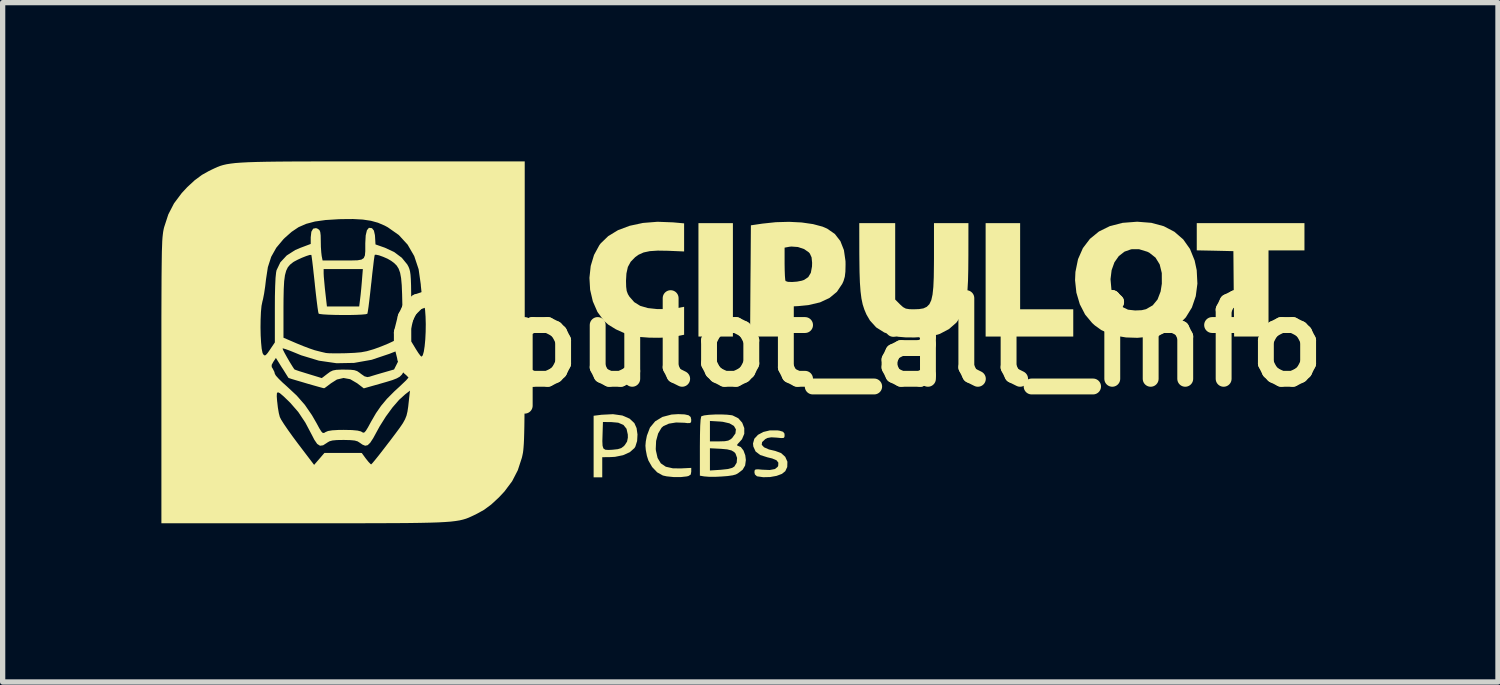
<source format=kicad_pcb>
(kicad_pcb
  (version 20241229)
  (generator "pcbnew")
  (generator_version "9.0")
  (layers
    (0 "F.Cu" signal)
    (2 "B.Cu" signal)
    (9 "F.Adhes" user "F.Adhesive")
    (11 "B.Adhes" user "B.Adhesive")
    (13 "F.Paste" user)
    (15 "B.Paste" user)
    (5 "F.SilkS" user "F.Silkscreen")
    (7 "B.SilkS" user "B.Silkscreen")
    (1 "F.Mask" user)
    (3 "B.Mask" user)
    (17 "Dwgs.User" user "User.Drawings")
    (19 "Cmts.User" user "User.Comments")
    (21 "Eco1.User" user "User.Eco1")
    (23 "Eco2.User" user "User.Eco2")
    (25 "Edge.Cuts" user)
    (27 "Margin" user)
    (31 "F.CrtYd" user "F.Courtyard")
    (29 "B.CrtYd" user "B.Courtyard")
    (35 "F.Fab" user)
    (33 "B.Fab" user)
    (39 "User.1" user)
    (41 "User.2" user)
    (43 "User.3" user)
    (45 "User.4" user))
  (footprint "Cipulot_all_info"
    (layer "F.Cu")
    (at 13.107 3.419)
    (property "Reference" "Cipulot_all_info" (at 0 0 0) (layer "F.SilkS") (effects (font (size 1.524 1.524) (thickness 0.3))))
    (attr board_only exclude_from_pos_files exclude_from_bom)
    (fp_poly (pts (xy -2.307 -0.109) (xy -2.958 -0.109) (xy -2.958 -2.252) (xy -2.307 -2.252)) (stroke (width 0) (type solid)) (fill yes) (layer "F.SilkS"))
    (fp_poly (pts (xy 3.121 -0.624) (xy 4.125 -0.624) (xy 4.125 -0.109) (xy 2.469 -0.109) (xy 2.469 -2.252) (xy 3.121 -2.252)) (stroke (width 0) (type solid)) (fill yes) (layer "F.SilkS"))
    (fp_poly (pts (xy 8.494 -1.737) (xy 7.815 -1.737) (xy 7.815 -0.109) (xy 7.165 -0.109) (xy 7.158 -0.916) (xy 7.151 -1.723) (xy 6.805 -1.731) (xy 6.459 -1.738) (xy 6.459 -2.252) (xy 8.494 -2.252)) (stroke (width 0) (type solid)) (fill yes) (layer "F.SilkS"))
    (fp_poly (pts (xy -4.396 1.383) (xy -4.258 1.443) (xy -4.169 1.527) (xy -4.127 1.621) (xy -4.11 1.741) (xy -4.117 1.865) (xy -4.15 1.97) (xy -4.168 1.999) (xy -4.255 2.076) (xy -4.382 2.133) (xy -4.534 2.164) (xy -4.62 2.169) (xy -4.776 2.171) (xy -4.776 2.551) (xy -4.939 2.551) (xy -4.939 1.868) (xy -4.774 1.868) (xy -4.77 1.955) (xy -4.754 2.006) (xy -4.718 2.03) (xy -4.659 2.034) (xy -4.582 2.03) (xy -4.482 2.019) (xy -4.417 1.999) (xy -4.369 1.963) (xy -4.35 1.942) (xy -4.307 1.876) (xy -4.292 1.802) (xy -4.293 1.743) (xy -4.317 1.634) (xy -4.376 1.561) (xy -4.474 1.519) (xy -4.608 1.507) (xy -4.763 1.506) (xy -4.77 1.734) (xy -4.774 1.868) (xy -4.939 1.868) (xy -4.939 1.388) (xy -4.788 1.369) (xy -4.573 1.358)) (stroke (width 0) (type solid)) (fill yes) (layer "F.SilkS"))
    (fp_poly (pts (xy -3.219 1.362) (xy -3.144 1.379) (xy -3.105 1.411) (xy -3.094 1.462) (xy -3.094 1.463) (xy -3.097 1.506) (xy -3.115 1.525) (xy -3.164 1.527) (xy -3.222 1.52) (xy -3.381 1.515) (xy -3.517 1.537) (xy -3.621 1.584) (xy -3.656 1.615) (xy -3.72 1.723) (xy -3.758 1.863) (xy -3.765 2.015) (xy -3.762 2.045) (xy -3.73 2.186) (xy -3.669 2.287) (xy -3.575 2.351) (xy -3.442 2.381) (xy -3.293 2.383) (xy -3.094 2.373) (xy -3.094 2.445) (xy -3.104 2.499) (xy -3.146 2.526) (xy -3.178 2.534) (xy -3.295 2.547) (xy -3.43 2.546) (xy -3.557 2.533) (xy -3.63 2.517) (xy -3.738 2.457) (xy -3.833 2.357) (xy -3.904 2.233) (xy -3.932 2.146) (xy -3.953 2.036) (xy -3.96 1.954) (xy -3.953 1.871) (xy -3.932 1.763) (xy -3.874 1.611) (xy -3.776 1.493) (xy -3.639 1.41) (xy -3.467 1.365) (xy -3.34 1.357)) (stroke (width 0) (type solid)) (fill yes) (layer "F.SilkS"))
    (fp_poly (pts (xy -1.468 1.664) (xy -1.426 1.67) (xy -1.36 1.69) (xy -1.333 1.723) (xy -1.33 1.754) (xy -1.333 1.79) (xy -1.351 1.808) (xy -1.398 1.809) (xy -1.478 1.801) (xy -1.581 1.795) (xy -1.652 1.807) (xy -1.695 1.829) (xy -1.755 1.885) (xy -1.762 1.937) (xy -1.718 1.984) (xy -1.625 2.025) (xy -1.508 2.052) (xy -1.396 2.093) (xy -1.318 2.164) (xy -1.277 2.256) (xy -1.28 2.356) (xy -1.317 2.435) (xy -1.38 2.486) (xy -1.482 2.524) (xy -1.605 2.546) (xy -1.734 2.549) (xy -1.852 2.532) (xy -1.891 2.497) (xy -1.9 2.456) (xy -1.896 2.42) (xy -1.877 2.402) (xy -1.828 2.4) (xy -1.753 2.407) (xy -1.611 2.413) (xy -1.514 2.395) (xy -1.461 2.353) (xy -1.451 2.332) (xy -1.448 2.274) (xy -1.483 2.229) (xy -1.564 2.195) (xy -1.655 2.173) (xy -1.79 2.13) (xy -1.878 2.063) (xy -1.921 1.969) (xy -1.927 1.912) (xy -1.902 1.822) (xy -1.833 1.748) (xy -1.732 1.694) (xy -1.607 1.664)) (stroke (width 0) (type solid)) (fill yes) (layer "F.SilkS"))
    (fp_poly (pts (xy -3.438 -2.267) (xy -3.229 -2.248) (xy -3.229 -1.717) (xy -3.535 -1.73) (xy -3.728 -1.733) (xy -3.878 -1.723) (xy -3.995 -1.698) (xy -4.09 -1.655) (xy -4.152 -1.611) (xy -4.238 -1.523) (xy -4.292 -1.424) (xy -4.319 -1.301) (xy -4.327 -1.164) (xy -4.324 -1.05) (xy -4.314 -0.971) (xy -4.291 -0.91) (xy -4.261 -0.861) (xy -4.171 -0.759) (xy -4.058 -0.689) (xy -3.913 -0.647) (xy -3.745 -0.629) (xy -3.616 -0.628) (xy -3.487 -0.632) (xy -3.384 -0.643) (xy -3.372 -0.645) (xy -3.229 -0.671) (xy -3.229 -0.143) (xy -3.383 -0.112) (xy -3.527 -0.093) (xy -3.703 -0.086) (xy -3.888 -0.088) (xy -4.061 -0.101) (xy -4.184 -0.121) (xy -4.353 -0.171) (xy -4.517 -0.245) (xy -4.659 -0.332) (xy -4.743 -0.405) (xy -4.867 -0.575) (xy -4.954 -0.774) (xy -5.005 -0.993) (xy -5.018 -1.219) (xy -4.994 -1.443) (xy -4.931 -1.652) (xy -4.83 -1.837) (xy -4.805 -1.87) (xy -4.663 -2.007) (xy -4.479 -2.119) (xy -4.258 -2.202) (xy -4.007 -2.256) (xy -3.731 -2.278)) (stroke (width 0) (type solid)) (fill yes) (layer "F.SilkS"))
    (fp_poly (pts (xy -1.008 -2.265) (xy -0.793 -2.234) (xy -0.613 -2.186) (xy -0.525 -2.148) (xy -0.381 -2.048) (xy -0.276 -1.913) (xy -0.209 -1.743) (xy -0.179 -1.534) (xy -0.178 -1.465) (xy -0.181 -1.335) (xy -0.192 -1.24) (xy -0.216 -1.159) (xy -0.24 -1.106) (xy -0.341 -0.955) (xy -0.481 -0.839) (xy -0.66 -0.755) (xy -0.882 -0.703) (xy -1.065 -0.685) (xy -1.33 -0.671) (xy -1.33 -0.109) (xy -1.982 -0.109) (xy -1.975 -1.16) (xy -1.972 -1.482) (xy -1.33 -1.482) (xy -1.328 -1.358) (xy -1.324 -1.255) (xy -1.318 -1.184) (xy -1.312 -1.158) (xy -1.267 -1.143) (xy -1.189 -1.14) (xy -1.096 -1.147) (xy -1.007 -1.164) (xy -0.962 -1.179) (xy -0.883 -1.232) (xy -0.834 -1.314) (xy -0.812 -1.434) (xy -0.81 -1.503) (xy -0.82 -1.605) (xy -0.852 -1.676) (xy -0.872 -1.7) (xy -0.961 -1.762) (xy -1.078 -1.801) (xy -1.2 -1.81) (xy -1.239 -1.806) (xy -1.33 -1.789) (xy -1.33 -1.482) (xy -1.972 -1.482) (xy -1.967 -2.211) (xy -1.75 -2.243) (xy -1.497 -2.27) (xy -1.246 -2.277)) (stroke (width 0) (type solid)) (fill yes) (layer "F.SilkS"))
    (fp_poly (pts (xy 0.76 -0.809) (xy 0.852 -0.716) (xy 0.909 -0.665) (xy 0.961 -0.637) (xy 1.028 -0.626) (xy 1.111 -0.624) (xy 1.212 -0.628) (xy 1.293 -0.641) (xy 1.357 -0.671) (xy 1.406 -0.72) (xy 1.442 -0.796) (xy 1.466 -0.903) (xy 1.481 -1.046) (xy 1.489 -1.23) (xy 1.492 -1.462) (xy 1.493 -1.588) (xy 1.493 -2.252) (xy 2.144 -2.252) (xy 2.143 -1.649) (xy 2.141 -1.383) (xy 2.136 -1.165) (xy 2.126 -0.987) (xy 2.11 -0.841) (xy 2.089 -0.722) (xy 2.06 -0.621) (xy 2.024 -0.532) (xy 2.019 -0.522) (xy 1.918 -0.374) (xy 1.776 -0.25) (xy 1.605 -0.16) (xy 1.563 -0.146) (xy 1.444 -0.119) (xy 1.292 -0.101) (xy 1.124 -0.092) (xy 0.96 -0.093) (xy 0.818 -0.105) (xy 0.746 -0.118) (xy 0.553 -0.186) (xy 0.401 -0.282) (xy 0.283 -0.412) (xy 0.217 -0.525) (xy 0.178 -0.617) (xy 0.146 -0.715) (xy 0.122 -0.829) (xy 0.105 -0.964) (xy 0.093 -1.13) (xy 0.086 -1.332) (xy 0.083 -1.578) (xy 0.082 -1.676) (xy 0.081 -2.252) (xy 0.76 -2.252)) (stroke (width 0) (type solid)) (fill yes) (layer "F.SilkS"))
    (fp_poly (pts (xy 5.601 -2.258) (xy 5.836 -2.194) (xy 6.037 -2.089) (xy 6.203 -1.945) (xy 6.331 -1.764) (xy 6.419 -1.546) (xy 6.458 -1.363) (xy 6.471 -1.109) (xy 6.44 -0.872) (xy 6.367 -0.658) (xy 6.252 -0.471) (xy 6.1 -0.318) (xy 5.947 -0.219) (xy 5.77 -0.151) (xy 5.561 -0.106) (xy 5.339 -0.085) (xy 5.122 -0.092) (xy 4.952 -0.12) (xy 4.786 -0.171) (xy 4.652 -0.233) (xy 4.533 -0.319) (xy 4.482 -0.365) (xy 4.349 -0.525) (xy 4.249 -0.719) (xy 4.184 -0.939) (xy 4.159 -1.173) (xy 4.16 -1.193) (xy 4.829 -1.193) (xy 4.846 -1.002) (xy 4.861 -0.934) (xy 4.905 -0.835) (xy 4.979 -0.739) (xy 5.068 -0.661) (xy 5.157 -0.618) (xy 5.166 -0.616) (xy 5.294 -0.602) (xy 5.417 -0.607) (xy 5.5 -0.626) (xy 5.627 -0.699) (xy 5.718 -0.81) (xy 5.776 -0.961) (xy 5.799 -1.108) (xy 5.798 -1.309) (xy 5.758 -1.473) (xy 5.679 -1.601) (xy 5.561 -1.694) (xy 5.524 -1.712) (xy 5.367 -1.76) (xy 5.222 -1.759) (xy 5.094 -1.714) (xy 4.986 -1.63) (xy 4.903 -1.512) (xy 4.85 -1.364) (xy 4.829 -1.193) (xy 4.16 -1.193) (xy 4.166 -1.33) (xy 4.215 -1.571) (xy 4.307 -1.78) (xy 4.44 -1.955) (xy 4.61 -2.094) (xy 4.817 -2.196) (xy 5.059 -2.258) (xy 5.332 -2.279) (xy 5.335 -2.279)) (stroke (width 0) (type solid)) (fill yes) (layer "F.SilkS"))
    (fp_poly (pts (xy -2.415 1.368) (xy -2.33 1.378) (xy -2.312 1.382) (xy -2.205 1.435) (xy -2.131 1.519) (xy -2.092 1.621) (xy -2.092 1.729) (xy -2.135 1.831) (xy -2.174 1.875) (xy -2.223 1.928) (xy -2.226 1.952) (xy -2.216 1.954) (xy -2.158 1.979) (xy -2.107 2.044) (xy -2.073 2.136) (xy -2.062 2.224) (xy -2.076 2.328) (xy -2.123 2.408) (xy -2.212 2.476) (xy -2.251 2.497) (xy -2.309 2.513) (xy -2.405 2.527) (xy -2.523 2.536) (xy -2.647 2.542) (xy -2.761 2.541) (xy -2.849 2.534) (xy -2.856 2.533) (xy -2.931 2.52) (xy -2.931 2.002) (xy -2.741 2.002) (xy -2.741 2.422) (xy -2.537 2.409) (xy -2.407 2.395) (xy -2.321 2.373) (xy -2.279 2.347) (xy -2.235 2.274) (xy -2.228 2.184) (xy -2.258 2.101) (xy -2.282 2.074) (xy -2.334 2.043) (xy -2.415 2.023) (xy -2.537 2.012) (xy -2.54 2.012) (xy -2.741 2.002) (xy -2.931 2.002) (xy -2.931 1.967) (xy -2.929 1.747) (xy -2.925 1.58) (xy -2.919 1.486) (xy -2.741 1.486) (xy -2.741 1.872) (xy -2.563 1.872) (xy -2.461 1.869) (xy -2.395 1.857) (xy -2.347 1.831) (xy -2.319 1.806) (xy -2.259 1.722) (xy -2.25 1.645) (xy -2.288 1.58) (xy -2.372 1.531) (xy -2.498 1.502) (xy -2.553 1.497) (xy -2.741 1.486) (xy -2.919 1.486) (xy -2.918 1.467) (xy -2.907 1.406) (xy -2.901 1.396) (xy -2.849 1.381) (xy -2.759 1.37) (xy -2.646 1.364) (xy -2.526 1.363)) (stroke (width 0) (type solid)) (fill yes) (layer "F.SilkS"))
    (fp_poly (pts (xy -6.241 -0.723) (xy -6.241 -0.28) (xy -6.242 0.112) (xy -6.242 0.456) (xy -6.242 0.757) (xy -6.243 1.017) (xy -6.244 1.239) (xy -6.246 1.428) (xy -6.248 1.586) (xy -6.251 1.717) (xy -6.254 1.824) (xy -6.258 1.911) (xy -6.263 1.982) (xy -6.268 2.038) (xy -6.274 2.085) (xy -6.282 2.124) (xy -6.29 2.161) (xy -6.295 2.182) (xy -6.372 2.418) (xy -6.479 2.625) (xy -6.625 2.82) (xy -6.73 2.932) (xy -6.874 3.065) (xy -7.009 3.165) (xy -7.137 3.236) (xy -7.195 3.265) (xy -7.248 3.29) (xy -7.299 3.313) (xy -7.351 3.333) (xy -7.408 3.35) (xy -7.472 3.365) (xy -7.548 3.377) (xy -7.639 3.388) (xy -7.748 3.396) (xy -7.879 3.403) (xy -8.034 3.408) (xy -8.218 3.412) (xy -8.434 3.415) (xy -8.685 3.417) (xy -8.975 3.418) (xy -9.306 3.419) (xy -9.683 3.419) (xy -10.109 3.419) (xy -10.4 3.419) (xy -13.107 3.419) (xy -13.107 1.019) (xy -10.927 1.019) (xy -10.92 1.115) (xy -10.919 1.118) (xy -10.906 1.232) (xy -10.888 1.338) (xy -10.869 1.411) (xy -10.843 1.463) (xy -10.789 1.548) (xy -10.713 1.659) (xy -10.622 1.786) (xy -10.529 1.911) (xy -10.221 2.316) (xy -10.123 2.203) (xy -10.026 2.09) (xy -9.674 2.09) (xy -9.321 2.091) (xy -9.242 2.199) (xy -9.192 2.261) (xy -9.154 2.3) (xy -9.143 2.307) (xy -9.122 2.286) (xy -9.073 2.228) (xy -9.002 2.14) (xy -8.915 2.028) (xy -8.816 1.899) (xy -8.797 1.875) (xy -8.687 1.729) (xy -8.604 1.617) (xy -8.544 1.529) (xy -8.503 1.455) (xy -8.475 1.385) (xy -8.457 1.309) (xy -8.443 1.217) (xy -8.43 1.099) (xy -8.426 1.06) (xy -8.409 0.913) (xy -8.499 0.982) (xy -8.615 1.087) (xy -8.74 1.231) (xy -8.865 1.402) (xy -8.981 1.586) (xy -9.032 1.679) (xy -9.104 1.811) (xy -9.161 1.898) (xy -9.209 1.944) (xy -9.256 1.954) (xy -9.308 1.933) (xy -9.355 1.9) (xy -9.399 1.872) (xy -9.454 1.856) (xy -9.536 1.848) (xy -9.657 1.845) (xy -9.667 1.845) (xy -9.791 1.847) (xy -9.875 1.855) (xy -9.932 1.871) (xy -9.976 1.897) (xy -9.979 1.9) (xy -10.051 1.946) (xy -10.11 1.954) (xy -10.163 1.92) (xy -10.217 1.841) (xy -10.259 1.759) (xy -10.387 1.517) (xy -10.521 1.316) (xy -10.669 1.146) (xy -10.701 1.114) (xy -10.8 1.019) (xy -10.867 0.962) (xy -10.906 0.943) (xy -10.924 0.962) (xy -10.927 1.019) (xy -13.107 1.019) (xy -13.107 0.723) (xy -13.107 0.426) (xy -11.023 0.426) (xy -11.022 0.467) (xy -11.002 0.499) (xy -10.972 0.559) (xy -10.963 0.596) (xy -10.943 0.63) (xy -10.89 0.689) (xy -10.813 0.764) (xy -10.739 0.83) (xy -10.55 1.006) (xy -10.396 1.182) (xy -10.262 1.377) (xy -10.176 1.526) (xy -10.122 1.626) (xy -10.084 1.686) (xy -10.058 1.712) (xy -10.033 1.713) (xy -10.005 1.696) (xy -9.958 1.676) (xy -9.879 1.663) (xy -9.761 1.656) (xy -9.66 1.655) (xy -9.506 1.658) (xy -9.401 1.668) (xy -9.336 1.684) (xy -9.321 1.693) (xy -9.295 1.708) (xy -9.271 1.703) (xy -9.243 1.672) (xy -9.203 1.607) (xy -9.146 1.502) (xy -9.053 1.341) (xy -8.956 1.201) (xy -8.845 1.068) (xy -8.706 0.928) (xy -8.597 0.828) (xy -8.481 0.717) (xy -8.41 0.634) (xy -8.385 0.58) (xy -8.385 0.578) (xy -8.374 0.524) (xy -8.358 0.502) (xy -8.332 0.459) (xy -8.351 0.394) (xy -8.369 0.366) (xy -8.39 0.343) (xy -8.41 0.346) (xy -8.437 0.381) (xy -8.478 0.457) (xy -8.492 0.484) (xy -8.529 0.556) (xy -8.562 0.609) (xy -8.602 0.649) (xy -8.658 0.681) (xy -8.739 0.713) (xy -8.854 0.748) (xy -8.989 0.787) (xy -9.282 0.87) (xy -9.407 0.774) (xy -9.539 0.697) (xy -9.665 0.674) (xy -9.79 0.703) (xy -9.902 0.774) (xy -9.969 0.825) (xy -10.017 0.86) (xy -10.033 0.868) (xy -10.063 0.861) (xy -10.133 0.842) (xy -10.229 0.815) (xy -10.341 0.783) (xy -10.455 0.749) (xy -10.561 0.718) (xy -10.645 0.693) (xy -10.696 0.676) (xy -10.706 0.672) (xy -10.722 0.647) (xy -10.759 0.588) (xy -10.811 0.505) (xy -10.828 0.48) (xy -10.943 0.295) (xy -10.992 0.369) (xy -11.023 0.426) (xy -13.107 0.426) (xy -13.107 0.28) (xy -13.107 -0.112) (xy -13.107 -0.282) (xy -11.234 -0.282) (xy -11.231 -0.132) (xy -11.223 0.006) (xy -11.212 0.12) (xy -11.196 0.2) (xy -11.183 0.227) (xy -11.159 0.248) (xy -11.135 0.242) (xy -11.1 0.203) (xy -11.054 0.137) (xy -11.04 0.116) (xy -10.817 0.116) (xy -10.809 0.142) (xy -10.779 0.201) (xy -10.734 0.282) (xy -10.682 0.372) (xy -10.629 0.458) (xy -10.594 0.511) (xy -10.566 0.523) (xy -10.499 0.546) (xy -10.402 0.576) (xy -10.334 0.597) (xy -10.226 0.63) (xy -10.141 0.656) (xy -10.089 0.672) (xy -10.078 0.676) (xy -10.057 0.662) (xy -10.008 0.624) (xy -9.973 0.597) (xy -9.917 0.556) (xy -9.866 0.532) (xy -9.802 0.52) (xy -9.709 0.516) (xy -9.65 0.516) (xy -9.537 0.518) (xy -9.462 0.526) (xy -9.408 0.544) (xy -9.359 0.577) (xy -9.337 0.595) (xy -9.268 0.643) (xy -9.215 0.657) (xy -9.174 0.65) (xy -9.114 0.631) (xy -9.021 0.603) (xy -8.914 0.572) (xy -8.907 0.57) (xy -8.71 0.513) (xy -8.614 0.322) (xy -8.57 0.231) (xy -8.539 0.161) (xy -8.527 0.123) (xy -8.527 0.12) (xy -8.555 0.126) (xy -8.621 0.149) (xy -8.716 0.185) (xy -8.797 0.217) (xy -9.133 0.33) (xy -9.466 0.389) (xy -9.797 0.395) (xy -10.13 0.347) (xy -10.466 0.245) (xy -10.578 0.199) (xy -10.679 0.158) (xy -10.759 0.129) (xy -10.808 0.115) (xy -10.817 0.116) (xy -11.04 0.116) (xy -10.963 0.002) (xy -10.963 -0.087) (xy -10.8 -0.087) (xy -10.549 0.021) (xy -10.427 0.071) (xy -10.308 0.116) (xy -10.211 0.149) (xy -10.176 0.158) (xy -10.09 0.18) (xy -10.017 0.197) (xy -10 0.201) (xy -9.952 0.206) (xy -9.863 0.208) (xy -9.746 0.208) (xy -9.62 0.206) (xy -9.459 0.199) (xy -9.333 0.188) (xy -9.226 0.168) (xy -9.118 0.137) (xy -9.083 0.126) (xy -8.955 0.079) (xy -8.821 0.024) (xy -8.71 -0.028) (xy -8.708 -0.028) (xy -8.545 -0.111) (xy -8.553 -0.686) (xy -8.558 -0.907) (xy -8.565 -1.08) (xy -8.577 -1.213) (xy -8.596 -1.315) (xy -8.624 -1.392) (xy -8.661 -1.451) (xy -8.711 -1.5) (xy -8.765 -1.54) (xy -8.834 -1.58) (xy -8.917 -1.616) (xy -8.995 -1.644) (xy -9.054 -1.656) (xy -9.075 -1.653) (xy -9.081 -1.624) (xy -9.092 -1.549) (xy -9.105 -1.437) (xy -9.122 -1.295) (xy -9.139 -1.133) (xy -9.143 -1.103) (xy -9.161 -0.937) (xy -9.178 -0.79) (xy -9.193 -0.669) (xy -9.206 -0.583) (xy -9.214 -0.542) (xy -9.215 -0.54) (xy -9.246 -0.531) (xy -9.321 -0.524) (xy -9.428 -0.519) (xy -9.556 -0.516) (xy -9.693 -0.516) (xy -9.829 -0.518) (xy -9.953 -0.522) (xy -10.052 -0.528) (xy -10.117 -0.536) (xy -10.136 -0.543) (xy -10.144 -0.578) (xy -10.156 -0.657) (xy -10.171 -0.774) (xy -10.188 -0.918) (xy -10.206 -1.082) (xy -10.208 -1.106) (xy -10.226 -1.271) (xy -10.23 -1.304) (xy -10.041 -1.304) (xy -10.038 -1.242) (xy -10.029 -1.143) (xy -10.018 -1.023) (xy -10.01 -0.951) (xy -9.979 -0.678) (xy -9.369 -0.678) (xy -9.353 -0.807) (xy -9.342 -0.898) (xy -9.33 -1.019) (xy -9.319 -1.146) (xy -9.318 -1.16) (xy -9.3 -1.384) (xy -10.041 -1.384) (xy -10.041 -1.304) (xy -10.23 -1.304) (xy -10.242 -1.416) (xy -10.256 -1.533) (xy -10.267 -1.614) (xy -10.273 -1.651) (xy -10.274 -1.652) (xy -10.305 -1.651) (xy -10.368 -1.631) (xy -10.449 -1.599) (xy -10.532 -1.561) (xy -10.602 -1.524) (xy -10.62 -1.512) (xy -10.675 -1.468) (xy -10.718 -1.417) (xy -10.749 -1.353) (xy -10.772 -1.268) (xy -10.787 -1.155) (xy -10.795 -1.007) (xy -10.799 -0.816) (xy -10.8 -0.661) (xy -10.8 -0.087) (xy -10.963 -0.087) (xy -10.963 -0.627) (xy -10.962 -0.867) (xy -10.957 -1.065) (xy -10.95 -1.218) (xy -10.939 -1.322) (xy -10.931 -1.362) (xy -10.859 -1.512) (xy -10.739 -1.641) (xy -10.578 -1.744) (xy -10.487 -1.783) (xy -10.285 -1.859) (xy -10.285 -1.984) (xy -10.273 -2.09) (xy -10.239 -2.148) (xy -10.185 -2.158) (xy -10.151 -2.145) (xy -10.121 -2.122) (xy -10.105 -2.085) (xy -10.097 -2.02) (xy -10.095 -1.916) (xy -10.093 -1.803) (xy -10.086 -1.701) (xy -10.078 -1.632) (xy -10.061 -1.547) (xy -9.674 -1.547) (xy -9.515 -1.547) (xy -9.402 -1.55) (xy -9.327 -1.563) (xy -9.283 -1.592) (xy -9.261 -1.642) (xy -9.254 -1.722) (xy -9.254 -1.835) (xy -9.254 -1.874) (xy -9.246 -2.021) (xy -9.223 -2.118) (xy -9.185 -2.164) (xy -9.133 -2.158) (xy -9.126 -2.155) (xy -9.091 -2.111) (xy -9.072 -2.027) (xy -9.069 -1.987) (xy -9.061 -1.85) (xy -8.884 -1.788) (xy -8.708 -1.706) (xy -8.564 -1.598) (xy -8.461 -1.472) (xy -8.436 -1.426) (xy -8.42 -1.385) (xy -8.408 -1.338) (xy -8.399 -1.276) (xy -8.393 -1.192) (xy -8.389 -1.079) (xy -8.387 -0.929) (xy -8.386 -0.735) (xy -8.386 -0.666) (xy -8.385 -0.016) (xy -8.298 0.128) (xy -8.25 0.203) (xy -8.211 0.255) (xy -8.192 0.271) (xy -8.168 0.246) (xy -8.148 0.176) (xy -8.132 0.072) (xy -8.12 -0.056) (xy -8.113 -0.198) (xy -8.111 -0.345) (xy -8.115 -0.486) (xy -8.124 -0.611) (xy -8.14 -0.711) (xy -8.152 -0.752) (xy -8.172 -0.827) (xy -8.19 -0.936) (xy -8.203 -1.06) (xy -8.206 -1.099) (xy -8.246 -1.381) (xy -8.329 -1.63) (xy -8.454 -1.846) (xy -8.621 -2.028) (xy -8.829 -2.174) (xy -8.888 -2.206) (xy -9.014 -2.26) (xy -9.148 -2.297) (xy -9.302 -2.32) (xy -9.486 -2.33) (xy -9.71 -2.328) (xy -9.763 -2.326) (xy -10.005 -2.311) (xy -10.205 -2.283) (xy -10.371 -2.239) (xy -10.515 -2.176) (xy -10.646 -2.088) (xy -10.776 -1.973) (xy -10.803 -1.946) (xy -10.936 -1.787) (xy -11.032 -1.616) (xy -11.095 -1.42) (xy -11.13 -1.191) (xy -11.146 -1.055) (xy -11.166 -0.922) (xy -11.187 -0.814) (xy -11.198 -0.772) (xy -11.215 -0.689) (xy -11.226 -0.572) (xy -11.232 -0.432) (xy -11.234 -0.282) (xy -13.107 -0.282) (xy -13.107 -0.456) (xy -13.106 -0.757) (xy -13.105 -1.017) (xy -13.104 -1.239) (xy -13.102 -1.428) (xy -13.1 -1.586) (xy -13.098 -1.717) (xy -13.094 -1.824) (xy -13.091 -1.911) (xy -13.086 -1.982) (xy -13.08 -2.038) (xy -13.074 -2.085) (xy -13.067 -2.124) (xy -13.059 -2.161) (xy -13.053 -2.182) (xy -12.976 -2.418) (xy -12.869 -2.625) (xy -12.723 -2.82) (xy -12.619 -2.932) (xy -12.475 -3.065) (xy -12.339 -3.165) (xy -12.212 -3.236) (xy -12.153 -3.265) (xy -12.1 -3.29) (xy -12.049 -3.313) (xy -11.997 -3.333) (xy -11.941 -3.35) (xy -11.876 -3.365) (xy -11.8 -3.377) (xy -11.709 -3.388) (xy -11.6 -3.396) (xy -11.47 -3.403) (xy -11.314 -3.408) (xy -11.13 -3.412) (xy -10.914 -3.415) (xy -10.663 -3.417) (xy -10.374 -3.418) (xy -10.042 -3.419) (xy -9.665 -3.419) (xy -9.24 -3.419) (xy -8.948 -3.419) (xy -6.241 -3.419)) (stroke (width 0) (type solid)) (fill yes) (layer "F.SilkS")))
  (gr_rect
    (start -3 -3)
    (end 25.258 9.838)
    (stroke (width 0.1) (type default))
    (fill no)
    (layer "Edge.Cuts")))
</source>
